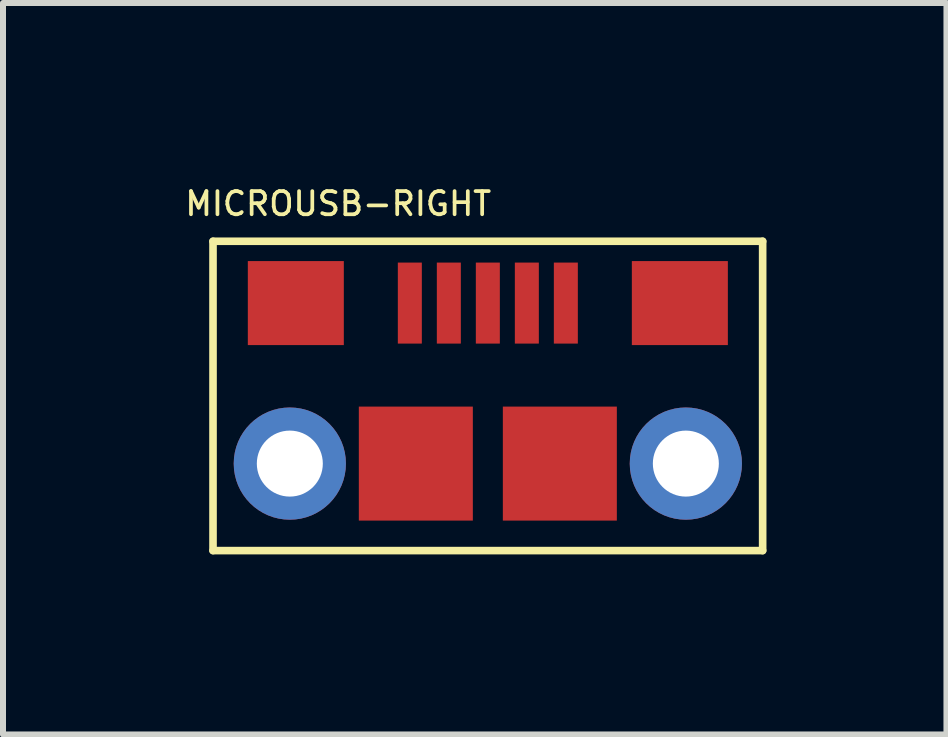
<source format=kicad_pcb>
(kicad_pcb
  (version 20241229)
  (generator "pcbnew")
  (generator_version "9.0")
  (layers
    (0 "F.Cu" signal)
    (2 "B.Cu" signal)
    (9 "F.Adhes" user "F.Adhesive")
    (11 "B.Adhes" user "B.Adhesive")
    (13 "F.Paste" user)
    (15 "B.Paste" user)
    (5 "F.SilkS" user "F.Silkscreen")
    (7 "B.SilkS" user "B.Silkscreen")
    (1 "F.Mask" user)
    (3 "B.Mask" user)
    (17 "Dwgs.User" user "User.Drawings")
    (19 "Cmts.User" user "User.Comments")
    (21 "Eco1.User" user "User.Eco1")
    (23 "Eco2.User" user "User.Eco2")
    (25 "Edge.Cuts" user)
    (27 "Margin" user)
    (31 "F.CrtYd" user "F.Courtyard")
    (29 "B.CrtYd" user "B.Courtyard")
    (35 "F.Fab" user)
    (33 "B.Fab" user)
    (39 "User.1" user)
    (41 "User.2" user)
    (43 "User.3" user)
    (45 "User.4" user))
  (footprint "MICROUSB-RIGHT"
    (layer "F.Cu")
    (at 5.08 3.271)
    (property "Reference" "MICROUSB-RIGHT" (at -5.08 -2.7 0) (layer "F.SilkS") (effects (font (size 0.386 0.386) (thickness 0.062)) (justify left bottom)))
    (attr through_hole)
    (fp_line (start -4.58 -2.3) (end 4.58 -2.3) (stroke (width 0.127) (type solid)) (layer "F.SilkS"))
    (fp_line (start -4.58 2.855) (end -4.58 -2.3) (stroke (width 0.127) (type solid)) (layer "F.SilkS"))
    (fp_line (start -4.58 2.855) (end 4.58 2.855) (stroke (width 0.127) (type solid)) (layer "F.SilkS"))
    (fp_line (start 4.58 -2.3) (end 4.58 2.855) (stroke (width 0.127) (type solid)) (layer "F.SilkS"))
    (pad "1" smd rect (at -1.3 -1.27 180) (size 0.4 1.35) (layers "F.Cu" "F.Mask" "F.Paste"))
    (pad "2" smd rect (at -0.65 -1.27 180) (size 0.4 1.35) (layers "F.Cu" "F.Mask" "F.Paste"))
    (pad "3" smd rect (at 0 -1.27 180) (size 0.4 1.35) (layers "F.Cu" "F.Mask" "F.Paste"))
    (pad "4" smd rect (at 0.65 -1.27 180) (size 0.4 1.35) (layers "F.Cu" "F.Mask" "F.Paste"))
    (pad "5" smd rect (at 1.3 -1.27 180) (size 0.4 1.35) (layers "F.Cu" "F.Mask" "F.Paste"))
    (pad "S1" thru_hole circle (at -3.3 1.405 180) (size 1.87 1.87) (drill 1.1) (layers "*.Cu" "*.Mask"))
    (pad "S2" thru_hole circle (at 3.3 1.405 180) (size 1.87 1.87) (drill 1.1) (layers "*.Cu" "*.Mask"))
    (pad "S3" smd rect (at -3.2 -1.27 90) (size 1.4 1.6) (layers "F.Cu" "F.Mask" "F.Paste"))
    (pad "S4" smd rect (at 3.2 -1.27 90) (size 1.4 1.6) (layers "F.Cu" "F.Mask" "F.Paste"))
    (pad "S5" smd rect (at -1.2 1.405) (size 1.9 1.9) (layers "F.Cu" "F.Mask" "F.Paste"))
    (pad "S6" smd rect (at 1.2 1.405) (size 1.9 1.9) (layers "F.Cu" "F.Mask" "F.Paste")))
  (gr_rect
    (start -3 -3)
    (end 12.723 9.19)
    (stroke (width 0.1) (type default))
    (fill no)
    (layer "Edge.Cuts")))
</source>
